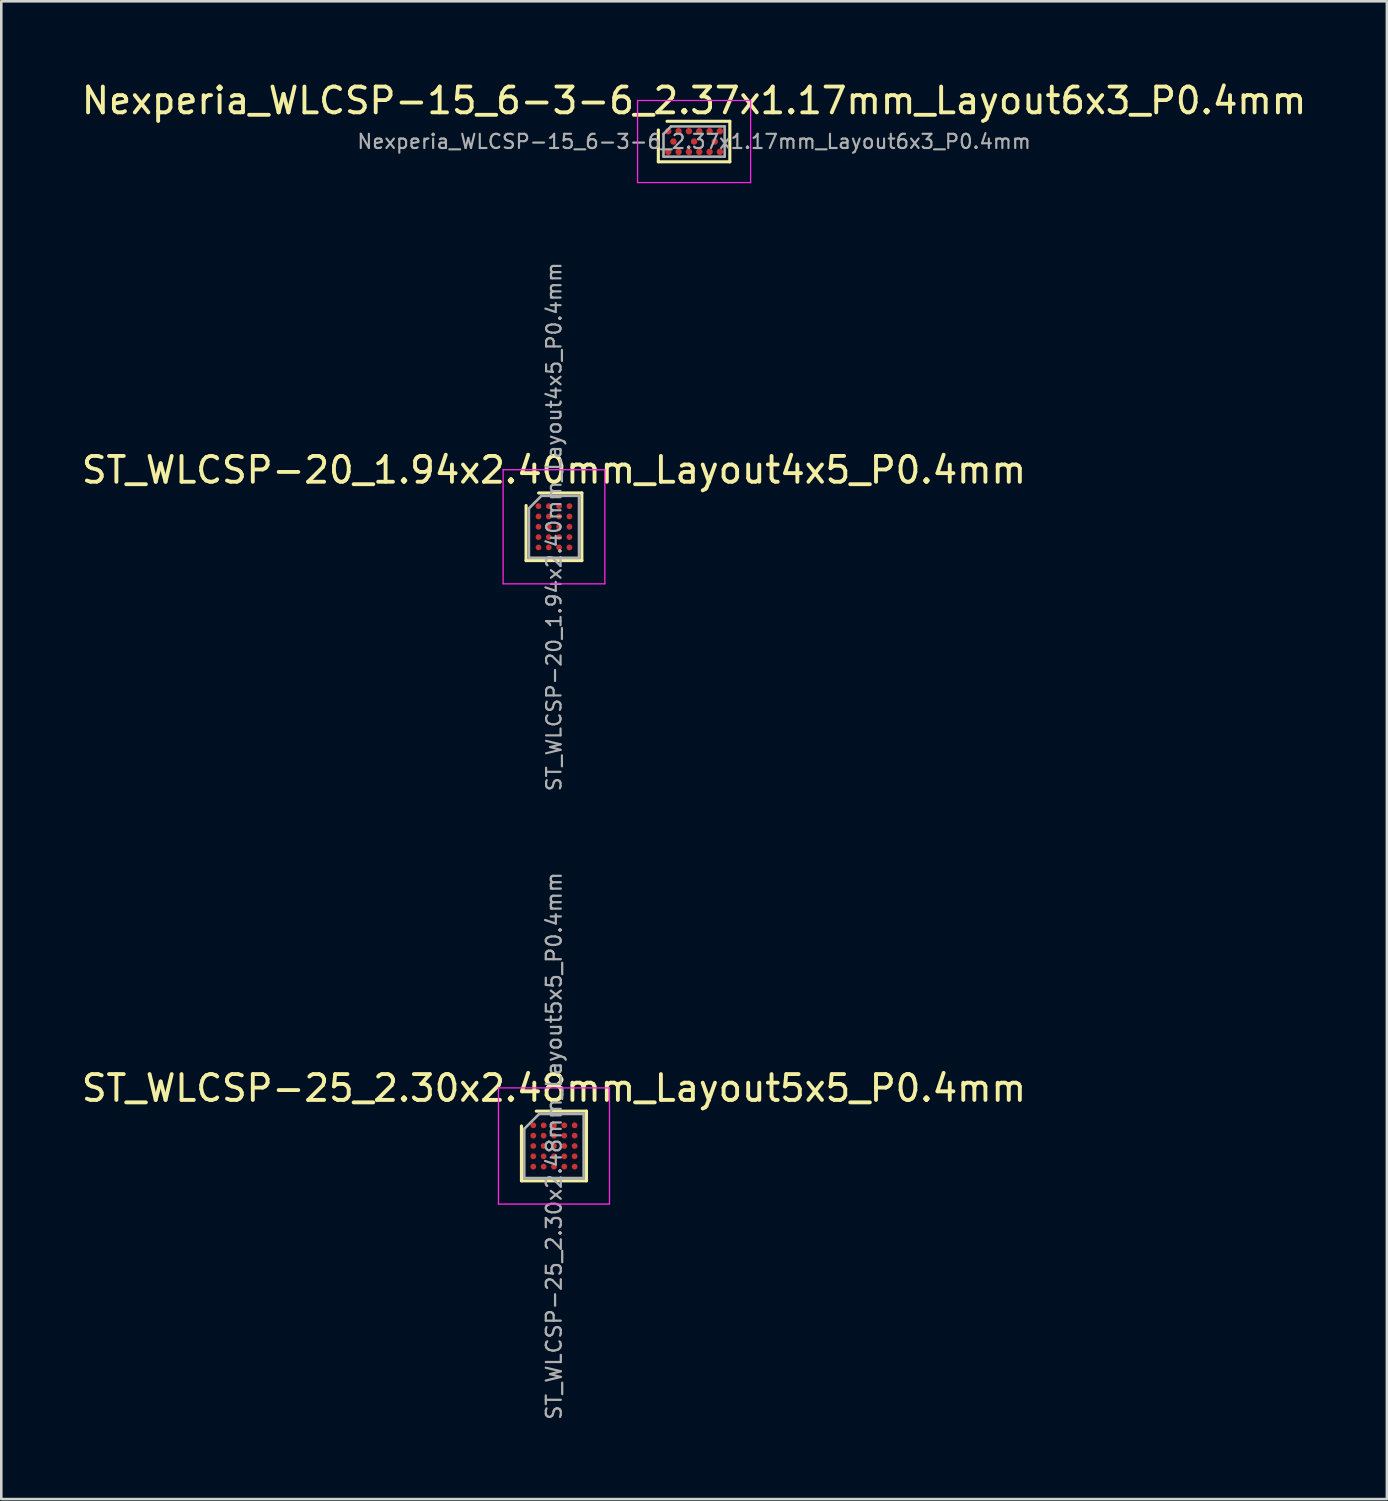
<source format=kicad_pcb>
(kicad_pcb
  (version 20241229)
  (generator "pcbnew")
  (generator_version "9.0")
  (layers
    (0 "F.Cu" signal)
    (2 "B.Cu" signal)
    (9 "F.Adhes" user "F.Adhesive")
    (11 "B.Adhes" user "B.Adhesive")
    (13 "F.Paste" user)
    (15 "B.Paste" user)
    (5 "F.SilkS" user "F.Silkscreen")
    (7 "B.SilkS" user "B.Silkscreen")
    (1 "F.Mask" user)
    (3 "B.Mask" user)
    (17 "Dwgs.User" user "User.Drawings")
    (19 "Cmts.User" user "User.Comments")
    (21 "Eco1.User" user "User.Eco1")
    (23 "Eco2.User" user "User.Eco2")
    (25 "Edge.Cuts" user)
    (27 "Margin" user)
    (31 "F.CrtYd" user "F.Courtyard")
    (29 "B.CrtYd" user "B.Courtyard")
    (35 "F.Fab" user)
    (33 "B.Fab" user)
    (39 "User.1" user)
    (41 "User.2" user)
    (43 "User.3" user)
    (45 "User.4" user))
  (footprint "ST_WLCSP-20_1.94x2.40mm_Layout4x5_P0.4mm"
    (layer "F.Cu")
    (at 18.411 17.358)
    (property "Reference" "ST_WLCSP-20_1.94x2.40mm_Layout4x5_P0.4mm" (at 0 -2.2 0) (layer "F.SilkS") (effects (font (size 1 1) (thickness 0.15))))
    (attr smd)
    (fp_line (start -1.08 1.31) (end -1.08 -0.825) (stroke (width 0.12) (type solid)) (layer "F.SilkS"))
    (fp_line (start -0.595 -1.31) (end 1.08 -1.31) (stroke (width 0.12) (type solid)) (layer "F.SilkS"))
    (fp_line (start 1.08 -1.31) (end 1.08 1.31) (stroke (width 0.12) (type solid)) (layer "F.SilkS"))
    (fp_line (start 1.08 1.31) (end -1.08 1.31) (stroke (width 0.12) (type solid)) (layer "F.SilkS"))
    (fp_line (start -1.97 -2.21) (end -1.97 2.21) (stroke (width 0.05) (type solid)) (layer "F.CrtYd"))
    (fp_line (start -1.97 2.21) (end 1.97 2.21) (stroke (width 0.05) (type solid)) (layer "F.CrtYd"))
    (fp_line (start 1.97 -2.21) (end -1.97 -2.21) (stroke (width 0.05) (type solid)) (layer "F.CrtYd"))
    (fp_line (start 1.97 2.21) (end 1.97 -2.21) (stroke (width 0.05) (type solid)) (layer "F.CrtYd"))
    (fp_line (start -0.97 -0.715) (end -0.485 -1.2) (stroke (width 0.1) (type solid)) (layer "F.Fab"))
    (fp_line (start -0.97 1.2) (end -0.97 -0.715) (stroke (width 0.1) (type solid)) (layer "F.Fab"))
    (fp_line (start -0.485 -1.2) (end 0.97 -1.2) (stroke (width 0.1) (type solid)) (layer "F.Fab"))
    (fp_line (start 0.97 -1.2) (end 0.97 1.2) (stroke (width 0.1) (type solid)) (layer "F.Fab"))
    (fp_line (start 0.97 1.2) (end -0.97 1.2) (stroke (width 0.1) (type solid)) (layer "F.Fab"))
    (fp_text user "${REFERENCE}" (at 0 0 270) (layer "F.Fab") (effects (font (size 0.56 0.56) (thickness 0.084))))
    (pad "A1" smd circle (at -0.6 -0.8) (size 0.225 0.225) (layers "F.Cu" "F.Mask" "F.Paste"))
    (pad "A2" smd circle (at -0.2 -0.8) (size 0.225 0.225) (layers "F.Cu" "F.Mask" "F.Paste"))
    (pad "A3" smd circle (at 0.2 -0.8) (size 0.225 0.225) (layers "F.Cu" "F.Mask" "F.Paste"))
    (pad "A4" smd circle (at 0.6 -0.8) (size 0.225 0.225) (layers "F.Cu" "F.Mask" "F.Paste"))
    (pad "B1" smd circle (at -0.6 -0.4) (size 0.225 0.225) (layers "F.Cu" "F.Mask" "F.Paste"))
    (pad "B2" smd circle (at -0.2 -0.4) (size 0.225 0.225) (layers "F.Cu" "F.Mask" "F.Paste"))
    (pad "B3" smd circle (at 0.2 -0.4) (size 0.225 0.225) (layers "F.Cu" "F.Mask" "F.Paste"))
    (pad "B4" smd circle (at 0.6 -0.4) (size 0.225 0.225) (layers "F.Cu" "F.Mask" "F.Paste"))
    (pad "C1" smd circle (at -0.6 0) (size 0.225 0.225) (layers "F.Cu" "F.Mask" "F.Paste"))
    (pad "C2" smd circle (at -0.2 0) (size 0.225 0.225) (layers "F.Cu" "F.Mask" "F.Paste"))
    (pad "C3" smd circle (at 0.2 0) (size 0.225 0.225) (layers "F.Cu" "F.Mask" "F.Paste"))
    (pad "C4" smd circle (at 0.6 0) (size 0.225 0.225) (layers "F.Cu" "F.Mask" "F.Paste"))
    (pad "D1" smd circle (at -0.6 0.4) (size 0.225 0.225) (layers "F.Cu" "F.Mask" "F.Paste"))
    (pad "D2" smd circle (at -0.2 0.4) (size 0.225 0.225) (layers "F.Cu" "F.Mask" "F.Paste"))
    (pad "D3" smd circle (at 0.2 0.4) (size 0.225 0.225) (layers "F.Cu" "F.Mask" "F.Paste"))
    (pad "D4" smd circle (at 0.6 0.4) (size 0.225 0.225) (layers "F.Cu" "F.Mask" "F.Paste"))
    (pad "E1" smd circle (at -0.6 0.8) (size 0.225 0.225) (layers "F.Cu" "F.Mask" "F.Paste"))
    (pad "E2" smd circle (at -0.2 0.8) (size 0.225 0.225) (layers "F.Cu" "F.Mask" "F.Paste"))
    (pad "E3" smd circle (at 0.2 0.8) (size 0.225 0.225) (layers "F.Cu" "F.Mask" "F.Paste"))
    (pad "E4" smd circle (at 0.6 0.8) (size 0.225 0.225) (layers "F.Cu" "F.Mask" "F.Paste")))
  (footprint "ST_WLCSP-25_2.30x2.48mm_Layout5x5_P0.4mm"
    (layer "F.Cu")
    (at 18.411 41.346)
    (property "Reference" "ST_WLCSP-25_2.30x2.48mm_Layout5x5_P0.4mm" (at 0 -2.24 0) (layer "F.SilkS") (effects (font (size 1 1) (thickness 0.15))))
    (attr smd)
    (fp_line (start -1.26 1.35) (end -1.26 -0.775) (stroke (width 0.12) (type solid)) (layer "F.SilkS"))
    (fp_line (start -0.685 -1.35) (end 1.26 -1.35) (stroke (width 0.12) (type solid)) (layer "F.SilkS"))
    (fp_line (start 1.26 -1.35) (end 1.26 1.35) (stroke (width 0.12) (type solid)) (layer "F.SilkS"))
    (fp_line (start 1.26 1.35) (end -1.26 1.35) (stroke (width 0.12) (type solid)) (layer "F.SilkS"))
    (fp_line (start -2.15 -2.25) (end -2.15 2.25) (stroke (width 0.05) (type solid)) (layer "F.CrtYd"))
    (fp_line (start -2.15 2.25) (end 2.15 2.25) (stroke (width 0.05) (type solid)) (layer "F.CrtYd"))
    (fp_line (start 2.15 -2.25) (end -2.15 -2.25) (stroke (width 0.05) (type solid)) (layer "F.CrtYd"))
    (fp_line (start 2.15 2.25) (end 2.15 -2.25) (stroke (width 0.05) (type solid)) (layer "F.CrtYd"))
    (fp_line (start -1.15 -0.665) (end -0.575 -1.24) (stroke (width 0.1) (type solid)) (layer "F.Fab"))
    (fp_line (start -1.15 1.24) (end -1.15 -0.665) (stroke (width 0.1) (type solid)) (layer "F.Fab"))
    (fp_line (start -0.575 -1.24) (end 1.15 -1.24) (stroke (width 0.1) (type solid)) (layer "F.Fab"))
    (fp_line (start 1.15 -1.24) (end 1.15 1.24) (stroke (width 0.1) (type solid)) (layer "F.Fab"))
    (fp_line (start 1.15 1.24) (end -1.15 1.24) (stroke (width 0.1) (type solid)) (layer "F.Fab"))
    (fp_text user "${REFERENCE}" (at 0 0 270) (layer "F.Fab") (effects (font (size 0.58 0.58) (thickness 0.087))))
    (pad "A1" smd circle (at -0.8 -0.8) (size 0.225 0.225) (layers "F.Cu" "F.Mask" "F.Paste"))
    (pad "A2" smd circle (at -0.4 -0.8) (size 0.225 0.225) (layers "F.Cu" "F.Mask" "F.Paste"))
    (pad "A3" smd circle (at 0 -0.8) (size 0.225 0.225) (layers "F.Cu" "F.Mask" "F.Paste"))
    (pad "A4" smd circle (at 0.4 -0.8) (size 0.225 0.225) (layers "F.Cu" "F.Mask" "F.Paste"))
    (pad "A5" smd circle (at 0.8 -0.8) (size 0.225 0.225) (layers "F.Cu" "F.Mask" "F.Paste"))
    (pad "B1" smd circle (at -0.8 -0.4) (size 0.225 0.225) (layers "F.Cu" "F.Mask" "F.Paste"))
    (pad "B2" smd circle (at -0.4 -0.4) (size 0.225 0.225) (layers "F.Cu" "F.Mask" "F.Paste"))
    (pad "B3" smd circle (at 0 -0.4) (size 0.225 0.225) (layers "F.Cu" "F.Mask" "F.Paste"))
    (pad "B4" smd circle (at 0.4 -0.4) (size 0.225 0.225) (layers "F.Cu" "F.Mask" "F.Paste"))
    (pad "B5" smd circle (at 0.8 -0.4) (size 0.225 0.225) (layers "F.Cu" "F.Mask" "F.Paste"))
    (pad "C1" smd circle (at -0.8 0) (size 0.225 0.225) (layers "F.Cu" "F.Mask" "F.Paste"))
    (pad "C2" smd circle (at -0.4 0) (size 0.225 0.225) (layers "F.Cu" "F.Mask" "F.Paste"))
    (pad "C3" smd circle (at 0 0) (size 0.225 0.225) (layers "F.Cu" "F.Mask" "F.Paste"))
    (pad "C4" smd circle (at 0.4 0) (size 0.225 0.225) (layers "F.Cu" "F.Mask" "F.Paste"))
    (pad "C5" smd circle (at 0.8 0) (size 0.225 0.225) (layers "F.Cu" "F.Mask" "F.Paste"))
    (pad "D1" smd circle (at -0.8 0.4) (size 0.225 0.225) (layers "F.Cu" "F.Mask" "F.Paste"))
    (pad "D2" smd circle (at -0.4 0.4) (size 0.225 0.225) (layers "F.Cu" "F.Mask" "F.Paste"))
    (pad "D3" smd circle (at 0 0.4) (size 0.225 0.225) (layers "F.Cu" "F.Mask" "F.Paste"))
    (pad "D4" smd circle (at 0.4 0.4) (size 0.225 0.225) (layers "F.Cu" "F.Mask" "F.Paste"))
    (pad "D5" smd circle (at 0.8 0.4) (size 0.225 0.225) (layers "F.Cu" "F.Mask" "F.Paste"))
    (pad "E1" smd circle (at -0.8 0.8) (size 0.225 0.225) (layers "F.Cu" "F.Mask" "F.Paste"))
    (pad "E2" smd circle (at -0.4 0.8) (size 0.225 0.225) (layers "F.Cu" "F.Mask" "F.Paste"))
    (pad "E3" smd circle (at 0 0.8) (size 0.225 0.225) (layers "F.Cu" "F.Mask" "F.Paste"))
    (pad "E4" smd circle (at 0.4 0.8) (size 0.225 0.225) (layers "F.Cu" "F.Mask" "F.Paste"))
    (pad "E5" smd circle (at 0.8 0.8) (size 0.225 0.225) (layers "F.Cu" "F.Mask" "F.Paste")))
  (footprint "Nexperia_WLCSP-15_6-3-6_2.37x1.17mm_Layout6x3_P0.4mm"
    (layer "F.Cu")
    (at 23.839 2.433)
    (property "Reference" "Nexperia_WLCSP-15_6-3-6_2.37x1.17mm_Layout6x3_P0.4mm" (at 0 -1.585 0) (layer "F.SilkS") (effects (font (size 1 1) (thickness 0.15))))
    (attr smd)
    (fp_line (start -1.385 0.785) (end -1.385 -0.448) (stroke (width 0.12) (type solid)) (layer "F.SilkS"))
    (fp_line (start -1.048 -0.785) (end 1.385 -0.785) (stroke (width 0.12) (type solid)) (layer "F.SilkS"))
    (fp_line (start 1.385 -0.785) (end 1.385 0.785) (stroke (width 0.12) (type solid)) (layer "F.SilkS"))
    (fp_line (start 1.385 0.785) (end -1.385 0.785) (stroke (width 0.12) (type solid)) (layer "F.SilkS"))
    (fp_line (start -2.19 -1.59) (end -2.19 1.59) (stroke (width 0.05) (type solid)) (layer "F.CrtYd"))
    (fp_line (start -2.19 1.59) (end 2.19 1.59) (stroke (width 0.05) (type solid)) (layer "F.CrtYd"))
    (fp_line (start 2.19 -1.59) (end -2.19 -1.59) (stroke (width 0.05) (type solid)) (layer "F.CrtYd"))
    (fp_line (start 2.19 1.59) (end 2.19 -1.59) (stroke (width 0.05) (type solid)) (layer "F.CrtYd"))
    (fp_line (start -1.185 -0.292) (end -0.892 -0.585) (stroke (width 0.1) (type solid)) (layer "F.Fab"))
    (fp_line (start -1.185 0.585) (end -1.185 -0.292) (stroke (width 0.1) (type solid)) (layer "F.Fab"))
    (fp_line (start -0.892 -0.585) (end 1.185 -0.585) (stroke (width 0.1) (type solid)) (layer "F.Fab"))
    (fp_line (start 1.185 -0.585) (end 1.185 0.585) (stroke (width 0.1) (type solid)) (layer "F.Fab"))
    (fp_line (start 1.185 0.585) (end -1.185 0.585) (stroke (width 0.1) (type solid)) (layer "F.Fab"))
    (fp_text user "${REFERENCE}" (at 0 0 0) (layer "F.Fab") (effects (font (size 0.55 0.55) (thickness 0.083))))
    (pad "A1" smd circle (at -1 -0.4) (size 0.25 0.25) (layers "F.Cu" "F.Mask" "F.Paste"))
    (pad "A2" smd circle (at -0.6 -0.4) (size 0.25 0.25) (layers "F.Cu" "F.Mask" "F.Paste"))
    (pad "A3" smd circle (at -0.2 -0.4) (size 0.25 0.25) (layers "F.Cu" "F.Mask" "F.Paste"))
    (pad "A4" smd circle (at 0.2 -0.4) (size 0.25 0.25) (layers "F.Cu" "F.Mask" "F.Paste"))
    (pad "A5" smd circle (at 0.6 -0.4) (size 0.25 0.25) (layers "F.Cu" "F.Mask" "F.Paste"))
    (pad "A6" smd circle (at 1 -0.4) (size 0.25 0.25) (layers "F.Cu" "F.Mask" "F.Paste"))
    (pad "B1" smd circle (at -0.8 0) (size 0.25 0.25) (layers "F.Cu" "F.Mask" "F.Paste"))
    (pad "B2" smd circle (at 0 0) (size 0.25 0.25) (layers "F.Cu" "F.Mask" "F.Paste"))
    (pad "B3" smd circle (at 0.8 0) (size 0.25 0.25) (layers "F.Cu" "F.Mask" "F.Paste"))
    (pad "C1" smd circle (at -1 0.4) (size 0.25 0.25) (layers "F.Cu" "F.Mask" "F.Paste"))
    (pad "C2" smd circle (at -0.6 0.4) (size 0.25 0.25) (layers "F.Cu" "F.Mask" "F.Paste"))
    (pad "C3" smd circle (at -0.2 0.4) (size 0.25 0.25) (layers "F.Cu" "F.Mask" "F.Paste"))
    (pad "C4" smd circle (at 0.2 0.4) (size 0.25 0.25) (layers "F.Cu" "F.Mask" "F.Paste"))
    (pad "C5" smd circle (at 0.6 0.4) (size 0.25 0.25) (layers "F.Cu" "F.Mask" "F.Paste"))
    (pad "C6" smd circle (at 1 0.4) (size 0.25 0.25) (layers "F.Cu" "F.Mask" "F.Paste")))
  (gr_rect
    (start -3 -3)
    (end 50.679 55.025)
    (stroke (width 0.1) (type default))
    (fill no)
    (layer "Edge.Cuts")))
</source>
